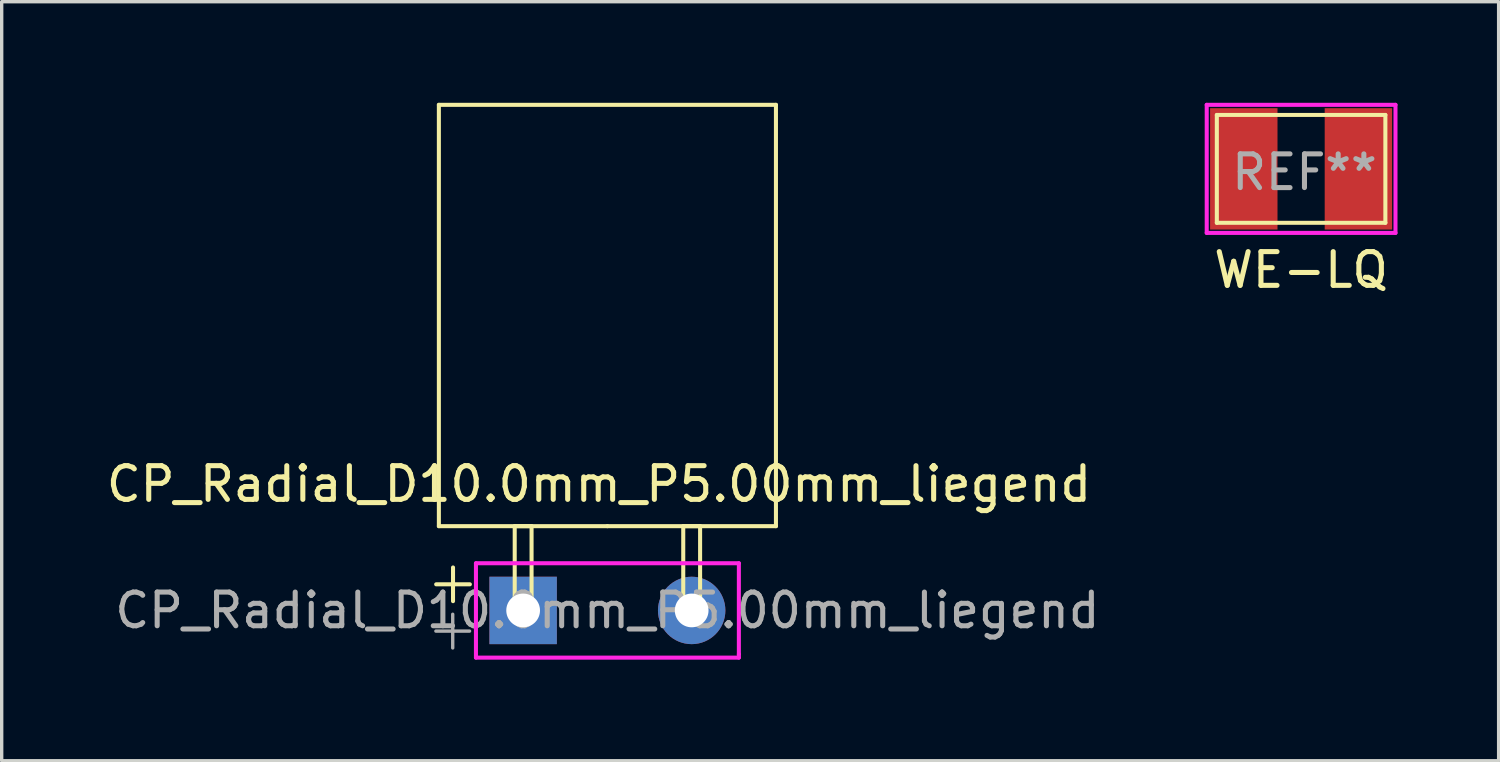
<source format=kicad_pcb>
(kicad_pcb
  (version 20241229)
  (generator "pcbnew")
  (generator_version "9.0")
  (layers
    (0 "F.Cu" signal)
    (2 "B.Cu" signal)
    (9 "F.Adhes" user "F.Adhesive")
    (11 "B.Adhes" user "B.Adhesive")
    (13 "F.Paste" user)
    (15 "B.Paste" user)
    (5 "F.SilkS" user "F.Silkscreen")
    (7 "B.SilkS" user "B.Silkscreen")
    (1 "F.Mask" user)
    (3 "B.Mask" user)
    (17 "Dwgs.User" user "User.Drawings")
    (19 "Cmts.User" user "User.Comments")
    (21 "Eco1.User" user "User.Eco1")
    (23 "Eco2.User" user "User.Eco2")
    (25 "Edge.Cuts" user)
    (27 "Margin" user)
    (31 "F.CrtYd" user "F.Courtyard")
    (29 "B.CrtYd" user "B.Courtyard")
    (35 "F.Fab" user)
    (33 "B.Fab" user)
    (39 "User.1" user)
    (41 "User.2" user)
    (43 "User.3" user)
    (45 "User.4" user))
  (footprint "WE-LQ"
    (layer "F.Cu")
    (at 35.35 1.96)
    (property "Reference" "WE-LQ" (at 0.2 3 0) (layer "F.SilkS") (effects (font (size 1 1) (thickness 0.15))))
    (attr through_hole)
    (fp_line (start -2.3 -1.6) (end 2.7 -1.6) (stroke (width 0.12) (type solid)) (layer "F.SilkS"))
    (fp_line (start -2.3 1.6) (end -2.3 -1.6) (stroke (width 0.12) (type solid)) (layer "F.SilkS"))
    (fp_line (start 2.7 -1.6) (end 2.7 1.6) (stroke (width 0.12) (type solid)) (layer "F.SilkS"))
    (fp_line (start 2.7 1.6) (end -2.3 1.6) (stroke (width 0.12) (type solid)) (layer "F.SilkS"))
    (fp_line (start -2.6 -1.9) (end 3 -1.9) (stroke (width 0.12) (type solid)) (layer "F.CrtYd"))
    (fp_line (start -2.6 1.9) (end -2.6 -1.9) (stroke (width 0.12) (type solid)) (layer "F.CrtYd"))
    (fp_line (start 3 -1.9) (end 3 1.9) (stroke (width 0.12) (type solid)) (layer "F.CrtYd"))
    (fp_line (start 3 1.9) (end -2.6 1.9) (stroke (width 0.12) (type solid)) (layer "F.CrtYd"))
    (fp_text user "REF**" (at 0.3 0.1 0) (layer "F.Fab") (effects (font (size 1 1) (thickness 0.15))))
    (pad "1" smd rect (at -1.5 0) (size 2 3.6) (layers "F.Cu" "F.Mask" "F.Paste"))
    (pad "2" smd rect (at 1.9 0) (size 2 3.6) (layers "F.Cu" "F.Mask" "F.Paste")))
  (footprint "CP_Radial_D10.0mm_P5.00mm_liegend"
    (layer "F.Cu")
    (at 12.47 15.06)
    (property "Reference" "CP_Radial_D10.0mm_P5.00mm_liegend" (at 2.25 -3.75 0) (layer "F.SilkS") (effects (font (size 1 1) (thickness 0.15))))
    (attr through_hole)
    (fp_line (start -2.58 -0.775) (end -1.58 -0.775) (stroke (width 0.12) (type solid)) (layer "F.SilkS"))
    (fp_line (start -2.5 -15) (end 7.5 -15) (stroke (width 0.12) (type solid)) (layer "F.SilkS"))
    (fp_line (start -2.5 -2.5) (end -2.5 -15) (stroke (width 0.12) (type solid)) (layer "F.SilkS"))
    (fp_line (start -2.08 -1.275) (end -2.08 -0.275) (stroke (width 0.12) (type solid)) (layer "F.SilkS"))
    (fp_line (start -0.25 -2.5) (end 0.25 -2.5) (stroke (width 0.12) (type solid)) (layer "F.SilkS"))
    (fp_line (start -0.25 0) (end -0.25 -2.5) (stroke (width 0.12) (type solid)) (layer "F.SilkS"))
    (fp_line (start 0.25 -2.5) (end 0.25 0) (stroke (width 0.12) (type solid)) (layer "F.SilkS"))
    (fp_line (start 0.25 0) (end -0.25 0) (stroke (width 0.12) (type solid)) (layer "F.SilkS"))
    (fp_line (start 2.5 -2.5) (end -2.5 -2.5) (stroke (width 0.12) (type solid)) (layer "F.SilkS"))
    (fp_line (start 4.75 -2.5) (end 5.25 -2.5) (stroke (width 0.12) (type solid)) (layer "F.SilkS"))
    (fp_line (start 4.75 0) (end 4.75 -2.5) (stroke (width 0.12) (type solid)) (layer "F.SilkS"))
    (fp_line (start 5.25 -2.5) (end 5.25 0) (stroke (width 0.12) (type solid)) (layer "F.SilkS"))
    (fp_line (start 5.25 0) (end 4.75 0) (stroke (width 0.12) (type solid)) (layer "F.SilkS"))
    (fp_line (start 7.5 -15) (end 7.5 -2.5) (stroke (width 0.12) (type solid)) (layer "F.SilkS"))
    (fp_line (start 7.5 -2.5) (end 2.5 -2.5) (stroke (width 0.12) (type solid)) (layer "F.SilkS"))
    (fp_line (start -1.4 -1.4) (end 6.4 -1.4) (stroke (width 0.12) (type solid)) (layer "F.CrtYd"))
    (fp_line (start -1.4 1.4) (end -1.4 -1.4) (stroke (width 0.12) (type solid)) (layer "F.CrtYd"))
    (fp_line (start 6.4 -1.4) (end 6.4 1.3) (stroke (width 0.12) (type solid)) (layer "F.CrtYd"))
    (fp_line (start 6.4 1.3) (end 6.4 1.4) (stroke (width 0.12) (type solid)) (layer "F.CrtYd"))
    (fp_line (start 6.4 1.4) (end -1.4 1.4) (stroke (width 0.12) (type solid)) (layer "F.CrtYd"))
    (fp_line (start -2.589 0.613) (end -1.589 0.613) (stroke (width 0.1) (type solid)) (layer "F.Fab"))
    (fp_line (start -2.089 0.113) (end -2.089 1.113) (stroke (width 0.1) (type solid)) (layer "F.Fab"))
    (fp_text user "${REFERENCE}" (at 2.5 0 0) (layer "F.Fab") (effects (font (size 1 1) (thickness 0.15))))
    (pad "1" thru_hole rect (at 0 0) (size 2 2) (drill 1) (layers "*.Cu" "*.Mask"))
    (pad "2" thru_hole circle (at 5 0) (size 2 2) (drill 1) (layers "*.Cu" "*.Mask")))
  (gr_rect
    (start -3 -3)
    (end 41.41 19.52)
    (stroke (width 0.1) (type default))
    (fill no)
    (layer "Edge.Cuts")))
</source>
